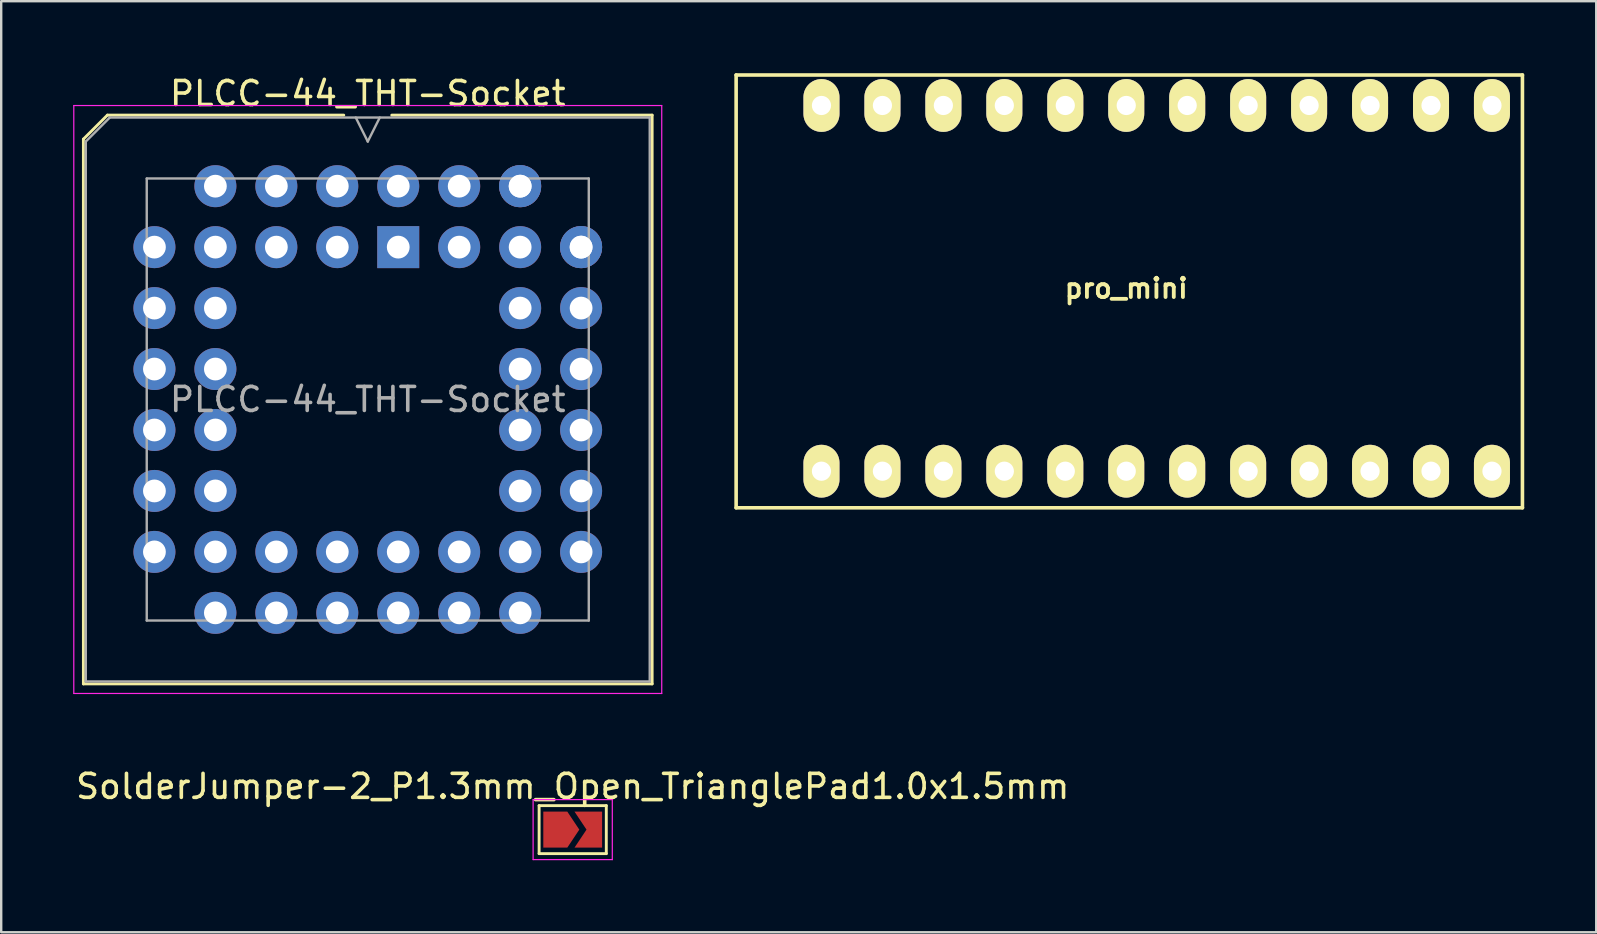
<source format=kicad_pcb>
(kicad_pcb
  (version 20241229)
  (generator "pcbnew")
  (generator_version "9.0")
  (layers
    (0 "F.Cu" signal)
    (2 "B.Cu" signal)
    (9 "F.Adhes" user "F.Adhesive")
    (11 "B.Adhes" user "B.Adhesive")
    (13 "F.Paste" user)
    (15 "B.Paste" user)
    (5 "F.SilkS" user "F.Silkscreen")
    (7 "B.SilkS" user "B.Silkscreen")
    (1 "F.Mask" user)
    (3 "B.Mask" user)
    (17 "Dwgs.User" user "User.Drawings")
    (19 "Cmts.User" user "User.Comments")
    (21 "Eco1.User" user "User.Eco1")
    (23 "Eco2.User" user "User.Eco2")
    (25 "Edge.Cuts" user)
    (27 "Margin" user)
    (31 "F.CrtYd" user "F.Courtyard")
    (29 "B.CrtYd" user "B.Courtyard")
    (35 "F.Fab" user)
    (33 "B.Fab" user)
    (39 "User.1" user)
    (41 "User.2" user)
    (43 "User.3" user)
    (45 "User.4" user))
  (footprint "pro_mini"
    (layer "F.Cu")
    (at 43.881 8.965)
    (property "Reference" "pro_mini" (at 0 0 180) (layer "F.SilkS") (effects (font (size 0.8 0.8) (thickness 0.16))))
    (attr through_hole)
    (fp_line (start -16.256 -8.89) (end -16.256 9.144) (stroke (width 0.15) (type solid)) (layer "F.SilkS"))
    (fp_line (start -16.256 -8.89) (end 16.51 -8.89) (stroke (width 0.15) (type solid)) (layer "F.SilkS"))
    (fp_line (start 16.51 9.144) (end -16.256 9.144) (stroke (width 0.15) (type solid)) (layer "F.SilkS"))
    (fp_line (start 16.51 9.144) (end 16.51 -8.89) (stroke (width 0.15) (type solid)) (layer "F.SilkS"))
    (fp_line (start -13.335 5.08) (end -12.7 6.096) (stroke (width 0.3) (type solid)) (layer "B.Paste"))
    (fp_line (start -12.7 6.096) (end -12.065 5.08) (stroke (width 0.3) (type solid)) (layer "B.Paste"))
    (fp_line (start 4.445 -3.81) (end 4.445 3.81) (stroke (width 0.12) (type solid)) (layer "B.Paste"))
    (fp_line (start 6.985 3.81) (end 6.985 -3.81) (stroke (width 0.12) (type solid)) (layer "B.Paste"))
    (fp_line (start 10.795 -2.54) (end 10.795 2.54) (stroke (width 0.4) (type solid)) (layer "B.Paste"))
    (fp_line (start 10.795 2.54) (end 13.335 2.54) (stroke (width 0.4) (type solid)) (layer "B.Paste"))
    (fp_line (start 13.335 -2.54) (end 10.795 -2.54) (stroke (width 0.4) (type solid)) (layer "B.Paste"))
    (fp_line (start 13.335 2.54) (end 13.335 -2.54) (stroke (width 0.4) (type solid)) (layer "B.Paste"))
    (fp_arc (start 4.445 -3.81) (mid 5.715 -5.08) (end 6.985 -3.81) (stroke (width 0.12) (type solid)) (layer "B.Paste"))
    (fp_arc (start 6.985 3.81) (mid 5.715 5.08) (end 4.445 3.81) (stroke (width 0.12) (type solid)) (layer "B.Paste"))
    (fp_circle (center 15.24 -3.81) (end 15.87 -3.81) (stroke (width 0.3) (type solid)) (fill no) (layer "B.Paste"))
    (fp_circle (center 15.24 -1.27) (end 15.87 -1.27) (stroke (width 0.3) (type solid)) (fill no) (layer "B.Paste"))
    (fp_circle (center 15.24 1.27) (end 15.87 1.27) (stroke (width 0.3) (type solid)) (fill no) (layer "B.Paste"))
    (fp_circle (center 15.24 3.81) (end 15.87 3.81) (stroke (width 0.3) (type solid)) (fill no) (layer "B.Paste"))
    (pad "2" thru_hole oval (at -2.54 7.62) (size 1.501 2.2) (drill 0.8) (layers "*.Cu" "*.Mask" "F.SilkS"))
    (pad "3" thru_hole oval (at 0 7.62) (size 1.501 2.2) (drill 0.8) (layers "*.Cu" "*.Mask" "F.SilkS"))
    (pad "4" thru_hole oval (at 2.54 7.62) (size 1.501 2.2) (drill 0.8) (layers "*.Cu" "*.Mask" "F.SilkS"))
    (pad "5" thru_hole oval (at 5.08 7.62) (size 1.501 2.2) (drill 0.8) (layers "*.Cu" "*.Mask" "F.SilkS"))
    (pad "6" thru_hole oval (at 7.62 7.62) (size 1.501 2.2) (drill 0.8) (layers "*.Cu" "*.Mask" "F.SilkS"))
    (pad "7" thru_hole oval (at 10.16 7.62) (size 1.501 2.2) (drill 0.8) (layers "*.Cu" "*.Mask" "F.SilkS"))
    (pad "8" thru_hole oval (at 12.7 7.62) (size 1.501 2.2) (drill 0.8) (layers "*.Cu" "*.Mask" "F.SilkS"))
    (pad "9" thru_hole oval (at 15.24 7.62) (size 1.501 2.2) (drill 0.8) (layers "*.Cu" "*.Mask" "F.SilkS"))
    (pad "10" thru_hole oval (at 15.24 -7.62) (size 1.501 2.2) (drill 0.8) (layers "*.Cu" "*.Mask" "F.SilkS"))
    (pad "11" thru_hole oval (at 12.7 -7.62) (size 1.501 2.2) (drill 0.8) (layers "*.Cu" "*.Mask" "F.SilkS"))
    (pad "12" thru_hole oval (at 10.16 -7.62) (size 1.501 2.2) (drill 0.8) (layers "*.Cu" "*.Mask" "F.SilkS"))
    (pad "13" thru_hole oval (at 7.62 -7.62) (size 1.501 2.2) (drill 0.8) (layers "*.Cu" "*.Mask" "F.SilkS"))
    (pad "A0" thru_hole oval (at 5.08 -7.62) (size 1.501 2.2) (drill 0.8) (layers "*.Cu" "*.Mask" "F.SilkS"))
    (pad "A1" thru_hole oval (at 2.54 -7.62) (size 1.501 2.2) (drill 0.8) (layers "*.Cu" "*.Mask" "F.SilkS"))
    (pad "A2" thru_hole oval (at 0 -7.62) (size 1.501 2.2) (drill 0.8) (layers "*.Cu" "*.Mask" "F.SilkS"))
    (pad "A3" thru_hole oval (at -2.54 -7.62) (size 1.501 2.2) (drill 0.8) (layers "*.Cu" "*.Mask" "F.SilkS"))
    (pad "GND" thru_hole oval (at -10.16 -7.62) (size 1.501 2.2) (drill 0.8) (layers "*.Cu" "*.Mask" "F.SilkS"))
    (pad "GND" thru_hole oval (at -5.08 7.62) (size 1.501 2.2) (drill 0.8) (layers "*.Cu" "*.Mask" "F.SilkS"))
    (pad "RAW" thru_hole oval (at -12.7 -7.62) (size 1.501 2.2) (drill 0.8) (layers "*.Cu" "*.Mask" "F.SilkS"))
    (pad "RST" thru_hole oval (at -7.62 -7.62) (size 1.501 2.2) (drill 0.8) (layers "*.Cu" "*.Mask" "F.SilkS"))
    (pad "RX" thru_hole oval (at -10.16 7.62) (size 1.501 2.2) (drill 0.8) (layers "*.Cu" "*.Mask" "F.SilkS"))
    (pad "Reset" thru_hole oval (at -7.62 7.62) (size 1.501 2.2) (drill 0.8) (layers "*.Cu" "*.Mask" "F.SilkS"))
    (pad "TX" thru_hole oval (at -12.7 7.62) (size 1.501 2.2) (drill 0.8) (layers "*.Cu" "*.Mask" "F.SilkS"))
    (pad "VCC" thru_hole oval (at -5.08 -7.62) (size 1.501 2.2) (drill 0.8) (layers "*.Cu" "*.Mask" "F.SilkS")))
  (footprint "SolderJumper-2_P1.3mm_Open_TrianglePad1.0x1.5mm"
    (layer "F.Cu")
    (at 20.815 31.521)
    (property "Reference" "SolderJumper-2_P1.3mm_Open_TrianglePad1.0x1.5mm" (at 0 -1.8 0) (layer "F.SilkS") (effects (font (size 1 1) (thickness 0.15))))
    (attr exclude_from_pos_files exclude_from_bom)
    (fp_line (start -1.4 -1) (end 1.4 -1) (stroke (width 0.12) (type solid)) (layer "F.SilkS"))
    (fp_line (start -1.4 1) (end -1.4 -1) (stroke (width 0.12) (type solid)) (layer "F.SilkS"))
    (fp_line (start 1.4 -1) (end 1.4 1) (stroke (width 0.12) (type solid)) (layer "F.SilkS"))
    (fp_line (start 1.4 1) (end -1.4 1) (stroke (width 0.12) (type solid)) (layer "F.SilkS"))
    (fp_line (start -1.65 -1.25) (end -1.65 1.25) (stroke (width 0.05) (type solid)) (layer "F.CrtYd"))
    (fp_line (start -1.65 -1.25) (end 1.65 -1.25) (stroke (width 0.05) (type solid)) (layer "F.CrtYd"))
    (fp_line (start 1.65 1.25) (end -1.65 1.25) (stroke (width 0.05) (type solid)) (layer "F.CrtYd"))
    (fp_line (start 1.65 1.25) (end 1.65 -1.25) (stroke (width 0.05) (type solid)) (layer "F.CrtYd"))
    (pad "1" smd custom (at -0.725 0) (size 0.3 0.3) (layers "F.Cu" "F.Mask") (options (anchor rect)) (primitives (gr_poly (pts (xy -0.5 -0.75) (xy 0.5 -0.75) (xy 1 0) (xy 0.5 0.75) (xy -0.5 0.75)) (width 0) (fill yes))))
    (pad "2" smd custom (at 0.725 0) (size 0.3 0.3) (layers "F.Cu" "F.Mask") (options (anchor rect)) (primitives (gr_poly (pts (xy -0.65 -0.75) (xy 0.5 -0.75) (xy 0.5 0.75) (xy -0.65 0.75) (xy -0.15 0)) (width 0) (fill yes)))))
  (footprint "PLCC-44_THT-Socket"
    (layer "F.Cu")
    (at 13.545 7.248)
    (property "Reference" "PLCC-44_THT-Socket" (at -1.27 -6.4 0) (layer "F.SilkS") (effects (font (size 1 1) (thickness 0.15))))
    (attr through_hole)
    (fp_line (start -13.12 -4.5) (end -13.12 18.2) (stroke (width 0.12) (type solid)) (layer "F.SilkS"))
    (fp_line (start -13.12 18.2) (end 10.58 18.2) (stroke (width 0.12) (type solid)) (layer "F.SilkS"))
    (fp_line (start -12.12 -5.5) (end -13.12 -4.5) (stroke (width 0.12) (type solid)) (layer "F.SilkS"))
    (fp_line (start -2.27 -5.5) (end -12.12 -5.5) (stroke (width 0.12) (type solid)) (layer "F.SilkS"))
    (fp_line (start 10.58 -5.5) (end -0.27 -5.5) (stroke (width 0.12) (type solid)) (layer "F.SilkS"))
    (fp_line (start 10.58 18.2) (end 10.58 -5.5) (stroke (width 0.12) (type solid)) (layer "F.SilkS"))
    (fp_line (start -13.52 -5.9) (end -13.52 18.6) (stroke (width 0.05) (type solid)) (layer "F.CrtYd"))
    (fp_line (start -13.52 18.6) (end 10.98 18.6) (stroke (width 0.05) (type solid)) (layer "F.CrtYd"))
    (fp_line (start 10.98 -5.9) (end -13.52 -5.9) (stroke (width 0.05) (type solid)) (layer "F.CrtYd"))
    (fp_line (start 10.98 18.6) (end 10.98 -5.9) (stroke (width 0.05) (type solid)) (layer "F.CrtYd"))
    (fp_line (start -13.02 -4.4) (end -13.02 18.1) (stroke (width 0.1) (type solid)) (layer "F.Fab"))
    (fp_line (start -13.02 18.1) (end 10.48 18.1) (stroke (width 0.1) (type solid)) (layer "F.Fab"))
    (fp_line (start -12.02 -5.4) (end -13.02 -4.4) (stroke (width 0.1) (type solid)) (layer "F.Fab"))
    (fp_line (start -10.48 -2.86) (end -10.48 15.56) (stroke (width 0.1) (type solid)) (layer "F.Fab"))
    (fp_line (start -10.48 15.56) (end 7.94 15.56) (stroke (width 0.1) (type solid)) (layer "F.Fab"))
    (fp_line (start -1.77 -5.4) (end -1.27 -4.4) (stroke (width 0.1) (type solid)) (layer "F.Fab"))
    (fp_line (start -1.27 -4.4) (end -0.77 -5.4) (stroke (width 0.1) (type solid)) (layer "F.Fab"))
    (fp_line (start 7.94 -2.86) (end -10.48 -2.86) (stroke (width 0.1) (type solid)) (layer "F.Fab"))
    (fp_line (start 7.94 15.56) (end 7.94 -2.86) (stroke (width 0.1) (type solid)) (layer "F.Fab"))
    (fp_line (start 10.48 -5.4) (end -12.02 -5.4) (stroke (width 0.1) (type solid)) (layer "F.Fab"))
    (fp_line (start 10.48 18.1) (end 10.48 -5.4) (stroke (width 0.1) (type solid)) (layer "F.Fab"))
    (fp_text user "${REFERENCE}" (at -1.27 6.35 0) (layer "F.Fab") (effects (font (size 1 1) (thickness 0.15))))
    (pad "1" thru_hole rect (at 0 0) (size 1.75 1.75) (drill 0.95) (layers "*.Cu" "*.Mask"))
    (pad "2" thru_hole circle (at -2.54 -2.54) (size 1.75 1.75) (drill 0.95) (layers "*.Cu" "*.Mask"))
    (pad "3" thru_hole circle (at -2.54 0) (size 1.75 1.75) (drill 0.95) (layers "*.Cu" "*.Mask"))
    (pad "4" thru_hole circle (at -5.08 -2.54) (size 1.75 1.75) (drill 0.95) (layers "*.Cu" "*.Mask"))
    (pad "5" thru_hole circle (at -5.08 0) (size 1.75 1.75) (drill 0.95) (layers "*.Cu" "*.Mask"))
    (pad "6" thru_hole circle (at -7.62 -2.54) (size 1.75 1.75) (drill 0.95) (layers "*.Cu" "*.Mask"))
    (pad "7" thru_hole circle (at -10.16 0) (size 1.75 1.75) (drill 0.95) (layers "*.Cu" "*.Mask"))
    (pad "8" thru_hole circle (at -7.62 0) (size 1.75 1.75) (drill 0.95) (layers "*.Cu" "*.Mask"))
    (pad "9" thru_hole circle (at -10.16 2.54) (size 1.75 1.75) (drill 0.95) (layers "*.Cu" "*.Mask"))
    (pad "10" thru_hole circle (at -7.62 2.54) (size 1.75 1.75) (drill 0.95) (layers "*.Cu" "*.Mask"))
    (pad "11" thru_hole circle (at -10.16 5.08) (size 1.75 1.75) (drill 0.95) (layers "*.Cu" "*.Mask"))
    (pad "12" thru_hole circle (at -7.62 5.08) (size 1.75 1.75) (drill 0.95) (layers "*.Cu" "*.Mask"))
    (pad "13" thru_hole circle (at -10.16 7.62) (size 1.75 1.75) (drill 0.95) (layers "*.Cu" "*.Mask"))
    (pad "14" thru_hole circle (at -7.62 7.62) (size 1.75 1.75) (drill 0.95) (layers "*.Cu" "*.Mask"))
    (pad "15" thru_hole circle (at -10.16 10.16) (size 1.75 1.75) (drill 0.95) (layers "*.Cu" "*.Mask"))
    (pad "16" thru_hole circle (at -7.62 10.16) (size 1.75 1.75) (drill 0.95) (layers "*.Cu" "*.Mask"))
    (pad "17" thru_hole circle (at -10.16 12.7) (size 1.75 1.75) (drill 0.95) (layers "*.Cu" "*.Mask"))
    (pad "18" thru_hole circle (at -7.62 15.24) (size 1.75 1.75) (drill 0.95) (layers "*.Cu" "*.Mask"))
    (pad "19" thru_hole circle (at -7.62 12.7) (size 1.75 1.75) (drill 0.95) (layers "*.Cu" "*.Mask"))
    (pad "20" thru_hole circle (at -5.08 15.24) (size 1.75 1.75) (drill 0.95) (layers "*.Cu" "*.Mask"))
    (pad "21" thru_hole circle (at -5.08 12.7) (size 1.75 1.75) (drill 0.95) (layers "*.Cu" "*.Mask"))
    (pad "22" thru_hole circle (at -2.54 15.24) (size 1.75 1.75) (drill 0.95) (layers "*.Cu" "*.Mask"))
    (pad "23" thru_hole circle (at -2.54 12.7) (size 1.75 1.75) (drill 0.95) (layers "*.Cu" "*.Mask"))
    (pad "24" thru_hole circle (at 0 15.24) (size 1.75 1.75) (drill 0.95) (layers "*.Cu" "*.Mask"))
    (pad "25" thru_hole circle (at 0 12.7) (size 1.75 1.75) (drill 0.95) (layers "*.Cu" "*.Mask"))
    (pad "26" thru_hole circle (at 2.54 15.24) (size 1.75 1.75) (drill 0.95) (layers "*.Cu" "*.Mask"))
    (pad "27" thru_hole circle (at 2.54 12.7) (size 1.75 1.75) (drill 0.95) (layers "*.Cu" "*.Mask"))
    (pad "28" thru_hole circle (at 5.08 15.24) (size 1.75 1.75) (drill 0.95) (layers "*.Cu" "*.Mask"))
    (pad "29" thru_hole circle (at 7.62 12.7) (size 1.75 1.75) (drill 0.95) (layers "*.Cu" "*.Mask"))
    (pad "30" thru_hole circle (at 5.08 12.7) (size 1.75 1.75) (drill 0.95) (layers "*.Cu" "*.Mask"))
    (pad "31" thru_hole circle (at 7.62 10.16) (size 1.75 1.75) (drill 0.95) (layers "*.Cu" "*.Mask"))
    (pad "32" thru_hole circle (at 5.08 10.16) (size 1.75 1.75) (drill 0.95) (layers "*.Cu" "*.Mask"))
    (pad "33" thru_hole circle (at 7.62 7.62) (size 1.75 1.75) (drill 0.95) (layers "*.Cu" "*.Mask"))
    (pad "34" thru_hole circle (at 5.08 7.62) (size 1.75 1.75) (drill 0.95) (layers "*.Cu" "*.Mask"))
    (pad "35" thru_hole circle (at 7.62 5.08) (size 1.75 1.75) (drill 0.95) (layers "*.Cu" "*.Mask"))
    (pad "36" thru_hole circle (at 5.08 5.08) (size 1.75 1.75) (drill 0.95) (layers "*.Cu" "*.Mask"))
    (pad "37" thru_hole circle (at 7.62 2.54) (size 1.75 1.75) (drill 0.95) (layers "*.Cu" "*.Mask"))
    (pad "38" thru_hole circle (at 5.08 2.54) (size 1.75 1.75) (drill 0.95) (layers "*.Cu" "*.Mask"))
    (pad "39" thru_hole circle (at 7.62 0) (size 1.75 1.75) (drill 0.95) (layers "*.Cu" "*.Mask"))
    (pad "39" thru_hole circle (at 7.62 0) (size 1.75 1.75) (drill 0.95) (layers "*.Cu" "*.Mask"))
    (pad "40" thru_hole circle (at 5.08 -2.54) (size 1.75 1.75) (drill 0.95) (layers "*.Cu" "*.Mask"))
    (pad "40" thru_hole circle (at 5.08 -2.54) (size 1.75 1.75) (drill 0.95) (layers "*.Cu" "*.Mask"))
    (pad "41" thru_hole circle (at 5.08 0) (size 1.75 1.75) (drill 0.95) (layers "*.Cu" "*.Mask"))
    (pad "42" thru_hole circle (at 2.54 -2.54) (size 1.75 1.75) (drill 0.95) (layers "*.Cu" "*.Mask"))
    (pad "43" thru_hole circle (at 2.54 0) (size 1.75 1.75) (drill 0.95) (layers "*.Cu" "*.Mask"))
    (pad "44" thru_hole circle (at 0 -2.54) (size 1.75 1.75) (drill 0.95) (layers "*.Cu" "*.Mask")))
  (gr_rect
    (start -3 -3)
    (end 63.466 35.797)
    (stroke (width 0.1) (type default))
    (fill no)
    (layer "Edge.Cuts")))
</source>
